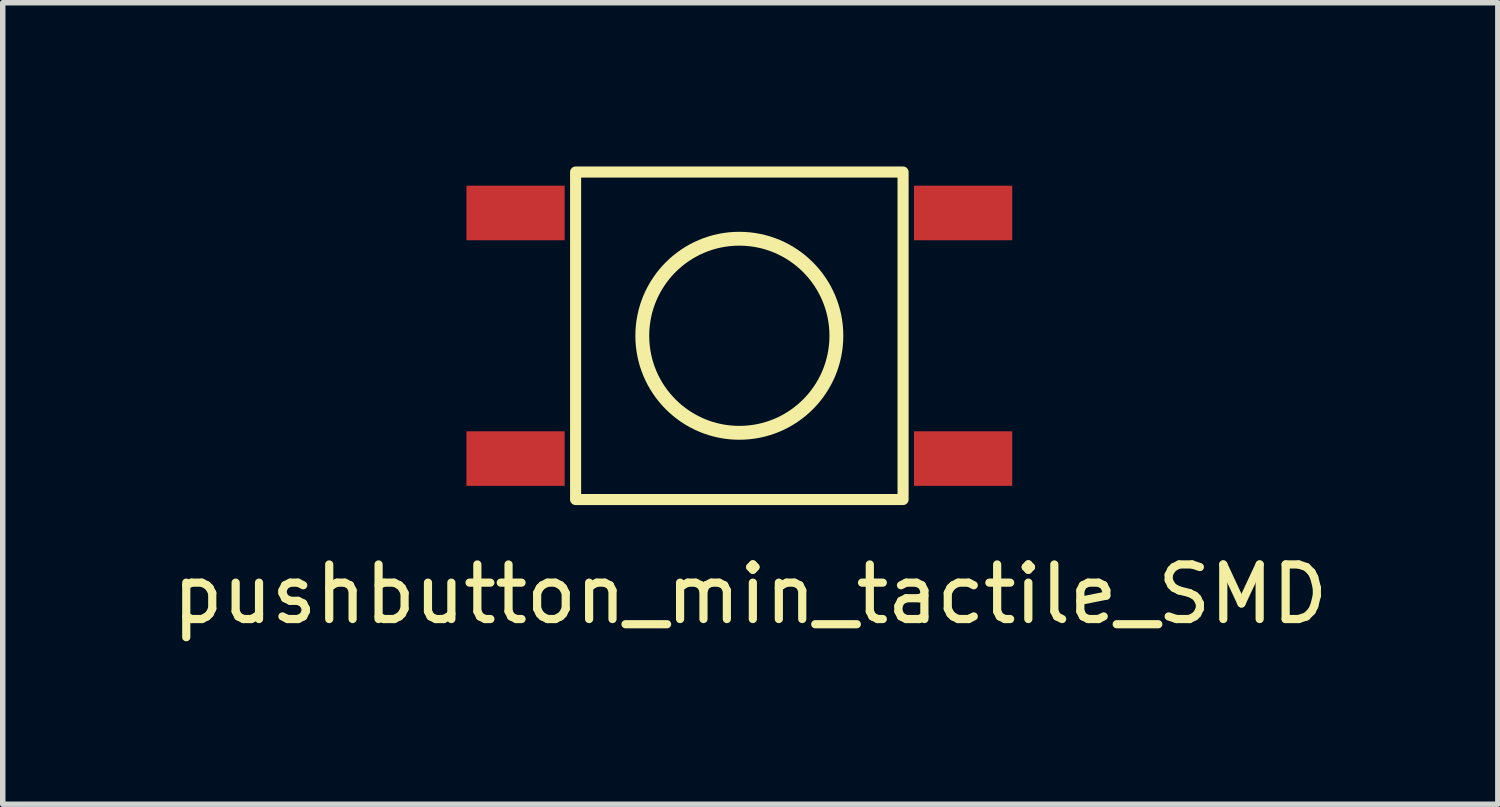
<source format=kicad_pcb>
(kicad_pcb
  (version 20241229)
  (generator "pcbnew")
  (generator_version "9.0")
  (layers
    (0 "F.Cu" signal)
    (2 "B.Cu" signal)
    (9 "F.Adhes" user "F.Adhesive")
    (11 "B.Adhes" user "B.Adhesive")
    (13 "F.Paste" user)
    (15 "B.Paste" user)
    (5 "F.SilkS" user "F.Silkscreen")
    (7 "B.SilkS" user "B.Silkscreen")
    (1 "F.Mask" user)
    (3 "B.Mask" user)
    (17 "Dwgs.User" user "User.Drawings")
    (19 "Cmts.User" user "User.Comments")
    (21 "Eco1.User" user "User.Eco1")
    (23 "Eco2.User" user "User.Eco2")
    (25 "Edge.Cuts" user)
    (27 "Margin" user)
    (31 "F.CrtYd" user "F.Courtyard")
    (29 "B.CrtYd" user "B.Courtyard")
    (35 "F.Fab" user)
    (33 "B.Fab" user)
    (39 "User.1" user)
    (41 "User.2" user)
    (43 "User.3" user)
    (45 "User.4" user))
  (footprint "pushbutton_min_tactile_SMD"
    (layer "F.Cu")
    (at 6.396 0.852)
    (property "Reference" "pushbutton_min_tactile_SMD" (at 4.3 6.985 0) (layer "F.SilkS") (effects (font (size 1 1) (thickness 0.15))))
    (attr through_hole)
    (fp_rect (start 1.1 -0.75) (end 7.1 5.25) (stroke (width 0.203) (type solid)) (fill no) (layer "F.SilkS"))
    (fp_circle (center 4.1 2.25) (end 5.878 2.25) (stroke (width 0.254) (type solid)) (fill no) (layer "F.SilkS"))
    (pad "1" smd rect (at 0 0) (size 1.8 1) (layers "F.Cu" "F.Mask"))
    (pad "2" smd rect (at 8.2 0) (size 1.8 1) (layers "F.Cu" "F.Mask"))
    (pad "3" smd rect (at 8.2 4.5) (size 1.8 1) (layers "F.Cu" "F.Mask"))
    (pad "4" smd rect (at 0 4.5) (size 1.8 1) (layers "F.Cu" "F.Mask")))
  (gr_rect
    (start -3 -3)
    (end 24.393 11.685)
    (stroke (width 0.1) (type default))
    (fill no)
    (layer "Edge.Cuts")))
</source>
